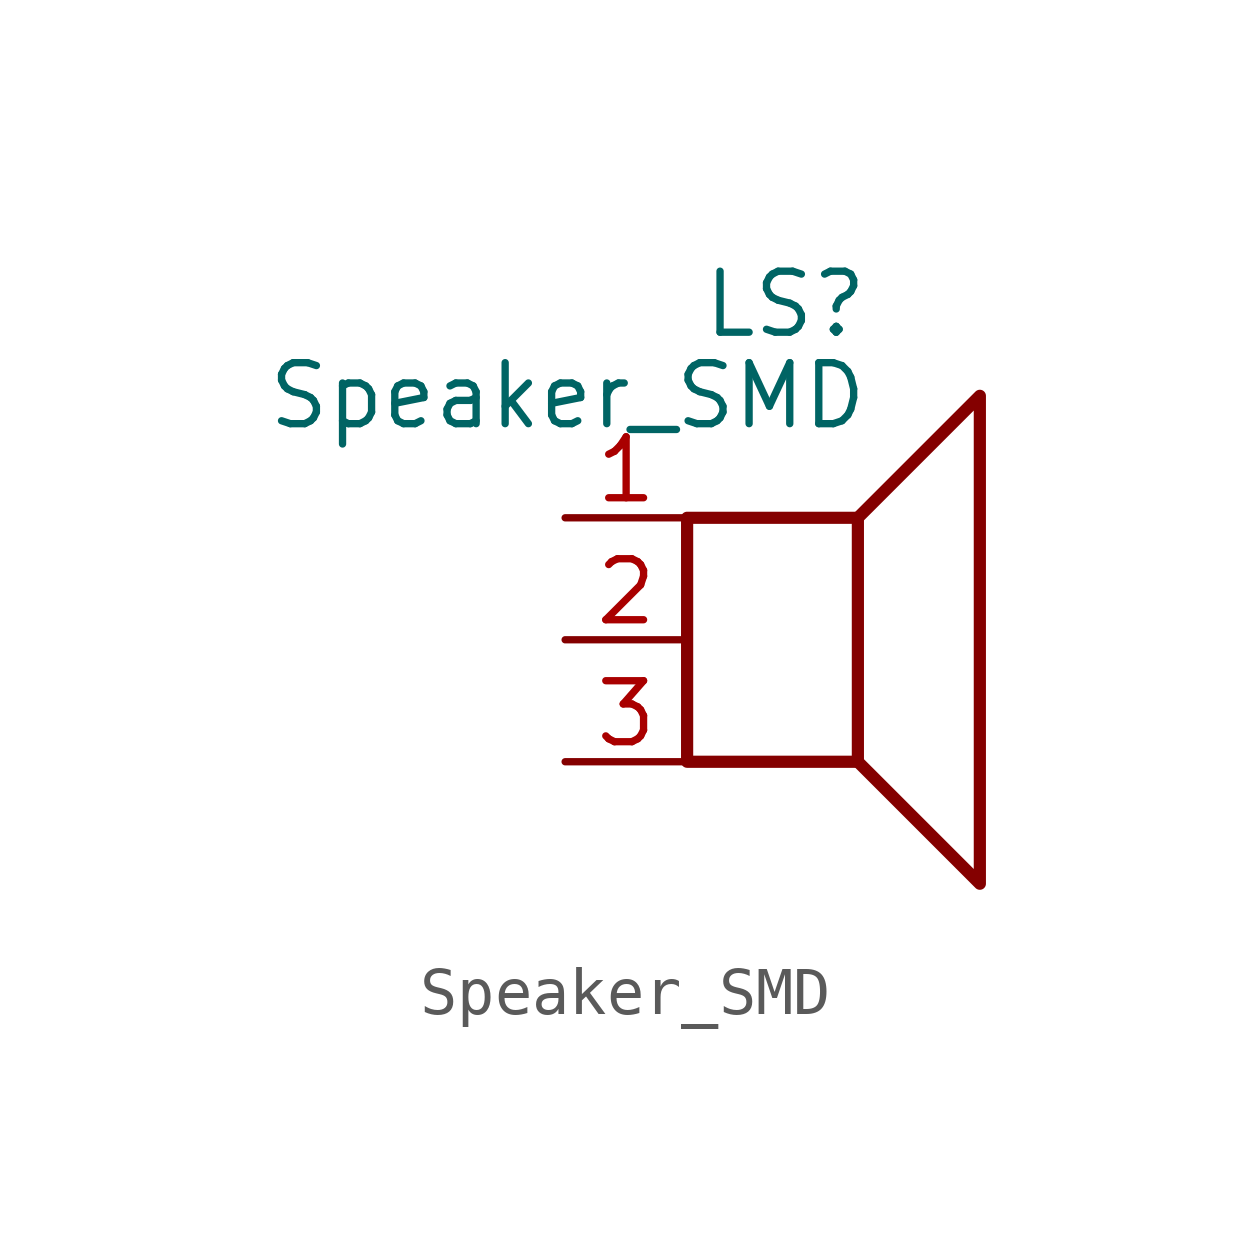
<source format=kicad_sym>
(kicad_symbol_lib
  (version 20211014)
  (generator kicad_symbol_editor)
  (symbol "Speaker_SMD"
    (pin_names
      (offset 0) hide)
    (property "Reference" "LS"
      (at 1.27 5.715 0)
      (effects (font (size 1.27 1.27)) (justify right)))
    (property "Value" "Speaker_SMD"
      (at 1.27 3.81 0)
      (effects (font (size 1.27 1.27)) (justify right)))
    (symbol "Speaker_SMD_0_0"
      (rectangle (start -2.54 1.27) (end 1.016 -3.81) (stroke (width 0.254) (type default) (color 0 0 0 0)) (fill (type none)))
      (polyline (pts (xy 1.016 1.27) (xy 3.556 3.81) (xy 3.556 -6.35) (xy 1.016 -3.81)) (stroke (width 0.254) (type default) (color 0 0 0 0)) (fill (type none))))
    (symbol "Speaker_SMD_1_1"
      (pin input line (at -5.08 1.27 0) (length 2.54) (name "1" (effects (font (size 1.27 1.27)))) (number "1" (effects (font (size 1.27 1.27)))))
      (pin input line (at -5.08 -1.27 0) (length 2.54) (name "2" (effects (font (size 1.27 1.27)))) (number "2" (effects (font (size 1.27 1.27)))))
      (pin input line (at -5.08 -3.81 0) (length 2.54) (name "3" (effects (font (size 1.27 1.27)))) (number "3" (effects (font (size 1.27 1.27))))))))
</source>
